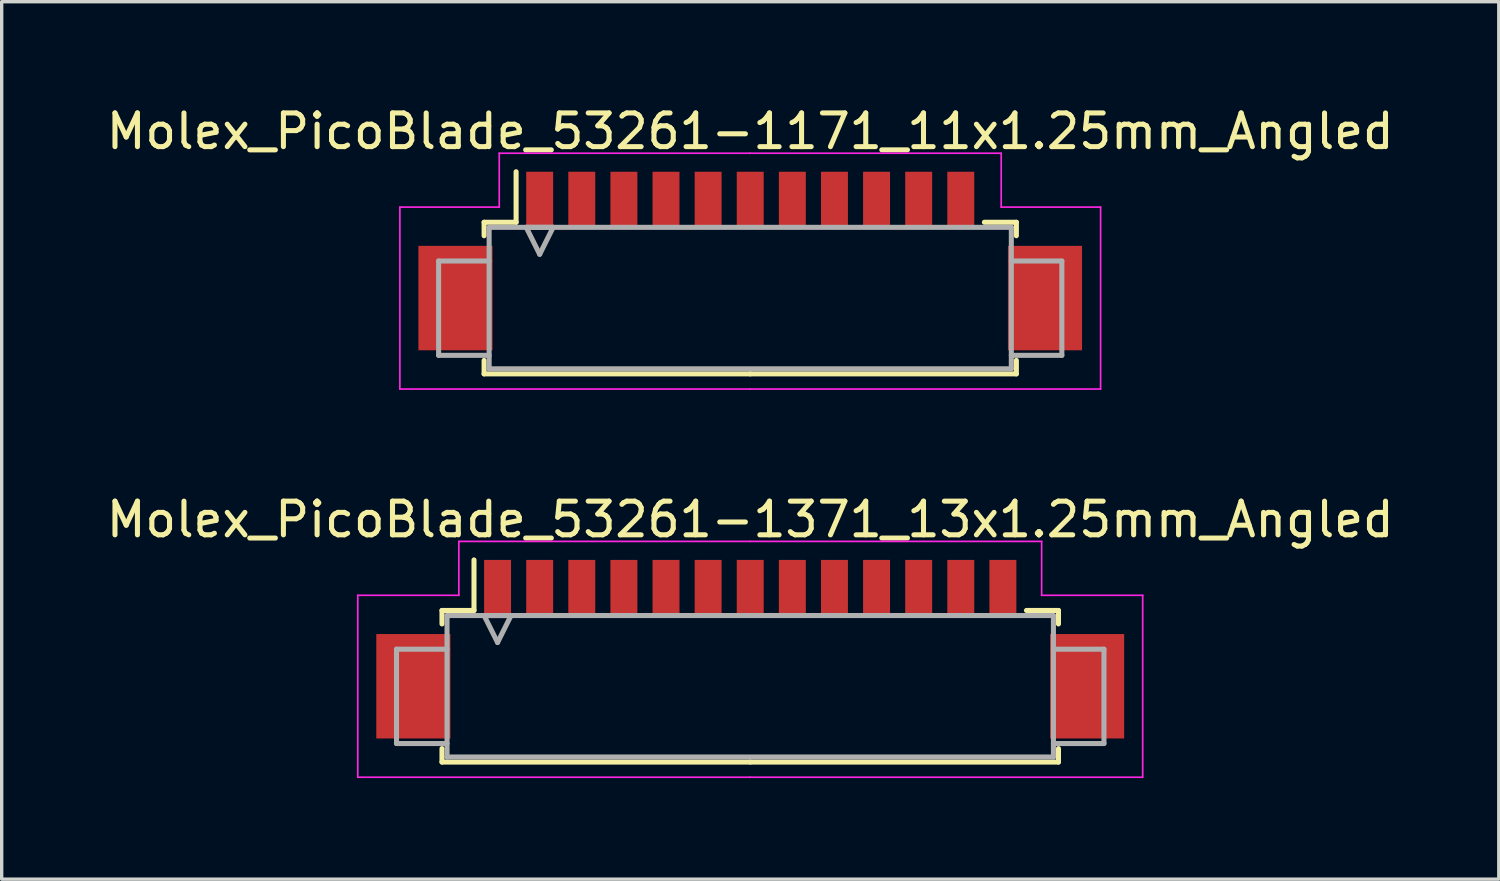
<source format=kicad_pcb>
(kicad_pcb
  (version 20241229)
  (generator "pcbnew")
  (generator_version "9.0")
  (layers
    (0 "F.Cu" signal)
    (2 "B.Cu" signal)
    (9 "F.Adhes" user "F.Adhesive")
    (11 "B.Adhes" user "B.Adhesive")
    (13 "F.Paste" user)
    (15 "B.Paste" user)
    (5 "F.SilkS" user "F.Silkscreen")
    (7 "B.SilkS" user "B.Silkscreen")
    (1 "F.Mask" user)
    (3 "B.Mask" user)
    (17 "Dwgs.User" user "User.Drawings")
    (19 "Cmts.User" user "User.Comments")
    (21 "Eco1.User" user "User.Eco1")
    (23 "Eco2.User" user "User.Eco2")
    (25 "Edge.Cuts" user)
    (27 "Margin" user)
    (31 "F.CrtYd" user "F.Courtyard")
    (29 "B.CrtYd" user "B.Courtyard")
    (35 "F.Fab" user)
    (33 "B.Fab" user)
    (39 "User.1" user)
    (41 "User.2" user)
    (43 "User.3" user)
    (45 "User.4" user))
  (footprint "Molex_PicoBlade_53261-1371_13x1.25mm_Angled"
    (layer "F.Cu")
    (at 19.22 15.871)
    (property "Reference" "Molex_PicoBlade_53261-1371_13x1.25mm_Angled" (at 0 -3.5 0) (layer "F.SilkS") (effects (font (size 1 1) (thickness 0.15))))
    (attr smd)
    (fp_line (start -9.15 -0.8) (end -9.15 -0.4) (stroke (width 0.15) (type solid)) (layer "F.SilkS"))
    (fp_line (start -9.15 3.3) (end -9.15 3.7) (stroke (width 0.15) (type solid)) (layer "F.SilkS"))
    (fp_line (start -9.15 3.7) (end 0 3.7) (stroke (width 0.15) (type solid)) (layer "F.SilkS"))
    (fp_line (start -8.2 -0.8) (end -9.15 -0.8) (stroke (width 0.15) (type solid)) (layer "F.SilkS"))
    (fp_line (start -8.2 -0.8) (end -8.2 -2.3) (stroke (width 0.15) (type solid)) (layer "F.SilkS"))
    (fp_line (start 8.2 -0.8) (end 9.15 -0.8) (stroke (width 0.15) (type solid)) (layer "F.SilkS"))
    (fp_line (start 9.15 -0.8) (end 9.15 -0.4) (stroke (width 0.15) (type solid)) (layer "F.SilkS"))
    (fp_line (start 9.15 3.3) (end 9.15 3.7) (stroke (width 0.15) (type solid)) (layer "F.SilkS"))
    (fp_line (start 9.15 3.7) (end 0 3.7) (stroke (width 0.15) (type solid)) (layer "F.SilkS"))
    (fp_line (start -11.65 -1.25) (end -11.65 4.15) (stroke (width 0.05) (type solid)) (layer "F.CrtYd"))
    (fp_line (start -11.65 4.15) (end 0 4.15) (stroke (width 0.05) (type solid)) (layer "F.CrtYd"))
    (fp_line (start -8.65 -2.85) (end -8.65 -1.25) (stroke (width 0.05) (type solid)) (layer "F.CrtYd"))
    (fp_line (start -8.65 -1.25) (end -11.65 -1.25) (stroke (width 0.05) (type solid)) (layer "F.CrtYd"))
    (fp_line (start 0 -2.85) (end -8.65 -2.85) (stroke (width 0.05) (type solid)) (layer "F.CrtYd"))
    (fp_line (start 0 -2.85) (end 8.65 -2.85) (stroke (width 0.05) (type solid)) (layer "F.CrtYd"))
    (fp_line (start 8.65 -2.85) (end 8.65 -1.25) (stroke (width 0.05) (type solid)) (layer "F.CrtYd"))
    (fp_line (start 8.65 -1.25) (end 11.65 -1.25) (stroke (width 0.05) (type solid)) (layer "F.CrtYd"))
    (fp_line (start 11.65 -1.25) (end 11.65 4.15) (stroke (width 0.05) (type solid)) (layer "F.CrtYd"))
    (fp_line (start 11.65 4.15) (end 0 4.15) (stroke (width 0.05) (type solid)) (layer "F.CrtYd"))
    (fp_line (start -10.5 0.35) (end -10.5 3.15) (stroke (width 0.15) (type solid)) (layer "F.Fab"))
    (fp_line (start -10.5 3.15) (end -9 3.15) (stroke (width 0.15) (type solid)) (layer "F.Fab"))
    (fp_line (start -9 -0.65) (end 9 -0.65) (stroke (width 0.15) (type solid)) (layer "F.Fab"))
    (fp_line (start -9 0.35) (end -10.5 0.35) (stroke (width 0.15) (type solid)) (layer "F.Fab"))
    (fp_line (start -9 3.55) (end -9 -0.65) (stroke (width 0.15) (type solid)) (layer "F.Fab"))
    (fp_line (start -7.9 -0.65) (end -7.5 0.15) (stroke (width 0.15) (type solid)) (layer "F.Fab"))
    (fp_line (start -7.5 0.15) (end -7.1 -0.65) (stroke (width 0.15) (type solid)) (layer "F.Fab"))
    (fp_line (start -7.1 -0.65) (end -7.9 -0.65) (stroke (width 0.15) (type solid)) (layer "F.Fab"))
    (fp_line (start 9 -0.65) (end 9 3.55) (stroke (width 0.15) (type solid)) (layer "F.Fab"))
    (fp_line (start 9 0.35) (end 10.5 0.35) (stroke (width 0.15) (type solid)) (layer "F.Fab"))
    (fp_line (start 9 3.55) (end -9 3.55) (stroke (width 0.15) (type solid)) (layer "F.Fab"))
    (fp_line (start 10.5 0.35) (end 10.5 3.15) (stroke (width 0.15) (type solid)) (layer "F.Fab"))
    (fp_line (start 10.5 3.15) (end 9 3.15) (stroke (width 0.15) (type solid)) (layer "F.Fab"))
    (pad "" smd rect (at -10 1.45) (size 2.2 3.1) (layers "F.Cu" "F.Mask" "F.Paste"))
    (pad "" smd rect (at 10 1.45) (size 2.2 3.1) (layers "F.Cu" "F.Mask" "F.Paste"))
    (pad "1" smd rect (at -7.5 -1.45) (size 0.8 1.7) (layers "F.Cu" "F.Mask" "F.Paste"))
    (pad "2" smd rect (at -6.25 -1.45) (size 0.8 1.7) (layers "F.Cu" "F.Mask" "F.Paste"))
    (pad "3" smd rect (at -5 -1.45) (size 0.8 1.7) (layers "F.Cu" "F.Mask" "F.Paste"))
    (pad "4" smd rect (at -3.75 -1.45) (size 0.8 1.7) (layers "F.Cu" "F.Mask" "F.Paste"))
    (pad "5" smd rect (at -2.5 -1.45) (size 0.8 1.7) (layers "F.Cu" "F.Mask" "F.Paste"))
    (pad "6" smd rect (at -1.25 -1.45) (size 0.8 1.7) (layers "F.Cu" "F.Mask" "F.Paste"))
    (pad "7" smd rect (at 0 -1.45) (size 0.8 1.7) (layers "F.Cu" "F.Mask" "F.Paste"))
    (pad "8" smd rect (at 1.25 -1.45) (size 0.8 1.7) (layers "F.Cu" "F.Mask" "F.Paste"))
    (pad "9" smd rect (at 2.5 -1.45) (size 0.8 1.7) (layers "F.Cu" "F.Mask" "F.Paste"))
    (pad "10" smd rect (at 3.75 -1.45) (size 0.8 1.7) (layers "F.Cu" "F.Mask" "F.Paste"))
    (pad "11" smd rect (at 5 -1.45) (size 0.8 1.7) (layers "F.Cu" "F.Mask" "F.Paste"))
    (pad "12" smd rect (at 6.25 -1.45) (size 0.8 1.7) (layers "F.Cu" "F.Mask" "F.Paste"))
    (pad "13" smd rect (at 7.5 -1.45) (size 0.8 1.7) (layers "F.Cu" "F.Mask" "F.Paste")))
  (footprint "Molex_PicoBlade_53261-1171_11x1.25mm_Angled"
    (layer "F.Cu")
    (at 19.22 4.348)
    (property "Reference" "Molex_PicoBlade_53261-1171_11x1.25mm_Angled" (at 0 -3.5 0) (layer "F.SilkS") (effects (font (size 1 1) (thickness 0.15))))
    (attr smd)
    (fp_line (start -7.9 -0.8) (end -7.9 -0.4) (stroke (width 0.15) (type solid)) (layer "F.SilkS"))
    (fp_line (start -7.9 3.3) (end -7.9 3.7) (stroke (width 0.15) (type solid)) (layer "F.SilkS"))
    (fp_line (start -7.9 3.7) (end 0 3.7) (stroke (width 0.15) (type solid)) (layer "F.SilkS"))
    (fp_line (start -6.95 -0.8) (end -7.9 -0.8) (stroke (width 0.15) (type solid)) (layer "F.SilkS"))
    (fp_line (start -6.95 -0.8) (end -6.95 -2.3) (stroke (width 0.15) (type solid)) (layer "F.SilkS"))
    (fp_line (start 6.95 -0.8) (end 7.9 -0.8) (stroke (width 0.15) (type solid)) (layer "F.SilkS"))
    (fp_line (start 7.9 -0.8) (end 7.9 -0.4) (stroke (width 0.15) (type solid)) (layer "F.SilkS"))
    (fp_line (start 7.9 3.3) (end 7.9 3.7) (stroke (width 0.15) (type solid)) (layer "F.SilkS"))
    (fp_line (start 7.9 3.7) (end 0 3.7) (stroke (width 0.15) (type solid)) (layer "F.SilkS"))
    (fp_line (start -10.4 -1.25) (end -10.4 4.15) (stroke (width 0.05) (type solid)) (layer "F.CrtYd"))
    (fp_line (start -10.4 4.15) (end 0 4.15) (stroke (width 0.05) (type solid)) (layer "F.CrtYd"))
    (fp_line (start -7.45 -2.85) (end -7.45 -1.25) (stroke (width 0.05) (type solid)) (layer "F.CrtYd"))
    (fp_line (start -7.45 -1.25) (end -10.4 -1.25) (stroke (width 0.05) (type solid)) (layer "F.CrtYd"))
    (fp_line (start 0 -2.85) (end -7.45 -2.85) (stroke (width 0.05) (type solid)) (layer "F.CrtYd"))
    (fp_line (start 0 -2.85) (end 7.45 -2.85) (stroke (width 0.05) (type solid)) (layer "F.CrtYd"))
    (fp_line (start 7.45 -2.85) (end 7.45 -1.25) (stroke (width 0.05) (type solid)) (layer "F.CrtYd"))
    (fp_line (start 7.45 -1.25) (end 10.4 -1.25) (stroke (width 0.05) (type solid)) (layer "F.CrtYd"))
    (fp_line (start 10.4 -1.25) (end 10.4 4.15) (stroke (width 0.05) (type solid)) (layer "F.CrtYd"))
    (fp_line (start 10.4 4.15) (end 0 4.15) (stroke (width 0.05) (type solid)) (layer "F.CrtYd"))
    (fp_line (start -9.25 0.35) (end -9.25 3.15) (stroke (width 0.15) (type solid)) (layer "F.Fab"))
    (fp_line (start -9.25 3.15) (end -7.75 3.15) (stroke (width 0.15) (type solid)) (layer "F.Fab"))
    (fp_line (start -7.75 -0.65) (end 7.75 -0.65) (stroke (width 0.15) (type solid)) (layer "F.Fab"))
    (fp_line (start -7.75 0.35) (end -9.25 0.35) (stroke (width 0.15) (type solid)) (layer "F.Fab"))
    (fp_line (start -7.75 3.55) (end -7.75 -0.65) (stroke (width 0.15) (type solid)) (layer "F.Fab"))
    (fp_line (start -6.65 -0.65) (end -6.25 0.15) (stroke (width 0.15) (type solid)) (layer "F.Fab"))
    (fp_line (start -6.25 0.15) (end -5.85 -0.65) (stroke (width 0.15) (type solid)) (layer "F.Fab"))
    (fp_line (start -5.85 -0.65) (end -6.65 -0.65) (stroke (width 0.15) (type solid)) (layer "F.Fab"))
    (fp_line (start 7.75 -0.65) (end 7.75 3.55) (stroke (width 0.15) (type solid)) (layer "F.Fab"))
    (fp_line (start 7.75 0.35) (end 9.25 0.35) (stroke (width 0.15) (type solid)) (layer "F.Fab"))
    (fp_line (start 7.75 3.55) (end -7.75 3.55) (stroke (width 0.15) (type solid)) (layer "F.Fab"))
    (fp_line (start 9.25 0.35) (end 9.25 3.15) (stroke (width 0.15) (type solid)) (layer "F.Fab"))
    (fp_line (start 9.25 3.15) (end 7.75 3.15) (stroke (width 0.15) (type solid)) (layer "F.Fab"))
    (pad "" smd rect (at -8.75 1.45) (size 2.2 3.1) (layers "F.Cu" "F.Mask" "F.Paste"))
    (pad "" smd rect (at 8.75 1.45) (size 2.2 3.1) (layers "F.Cu" "F.Mask" "F.Paste"))
    (pad "1" smd rect (at -6.25 -1.45) (size 0.8 1.7) (layers "F.Cu" "F.Mask" "F.Paste"))
    (pad "2" smd rect (at -5 -1.45) (size 0.8 1.7) (layers "F.Cu" "F.Mask" "F.Paste"))
    (pad "3" smd rect (at -3.75 -1.45) (size 0.8 1.7) (layers "F.Cu" "F.Mask" "F.Paste"))
    (pad "4" smd rect (at -2.5 -1.45) (size 0.8 1.7) (layers "F.Cu" "F.Mask" "F.Paste"))
    (pad "5" smd rect (at -1.25 -1.45) (size 0.8 1.7) (layers "F.Cu" "F.Mask" "F.Paste"))
    (pad "6" smd rect (at 0 -1.45) (size 0.8 1.7) (layers "F.Cu" "F.Mask" "F.Paste"))
    (pad "7" smd rect (at 1.25 -1.45) (size 0.8 1.7) (layers "F.Cu" "F.Mask" "F.Paste"))
    (pad "8" smd rect (at 2.5 -1.45) (size 0.8 1.7) (layers "F.Cu" "F.Mask" "F.Paste"))
    (pad "9" smd rect (at 3.75 -1.45) (size 0.8 1.7) (layers "F.Cu" "F.Mask" "F.Paste"))
    (pad "10" smd rect (at 5 -1.45) (size 0.8 1.7) (layers "F.Cu" "F.Mask" "F.Paste"))
    (pad "11" smd rect (at 6.25 -1.45) (size 0.8 1.7) (layers "F.Cu" "F.Mask" "F.Paste")))
  (gr_rect
    (start -3 -3)
    (end 41.44 23.047)
    (stroke (width 0.1) (type default))
    (fill no)
    (layer "Edge.Cuts")))
</source>
